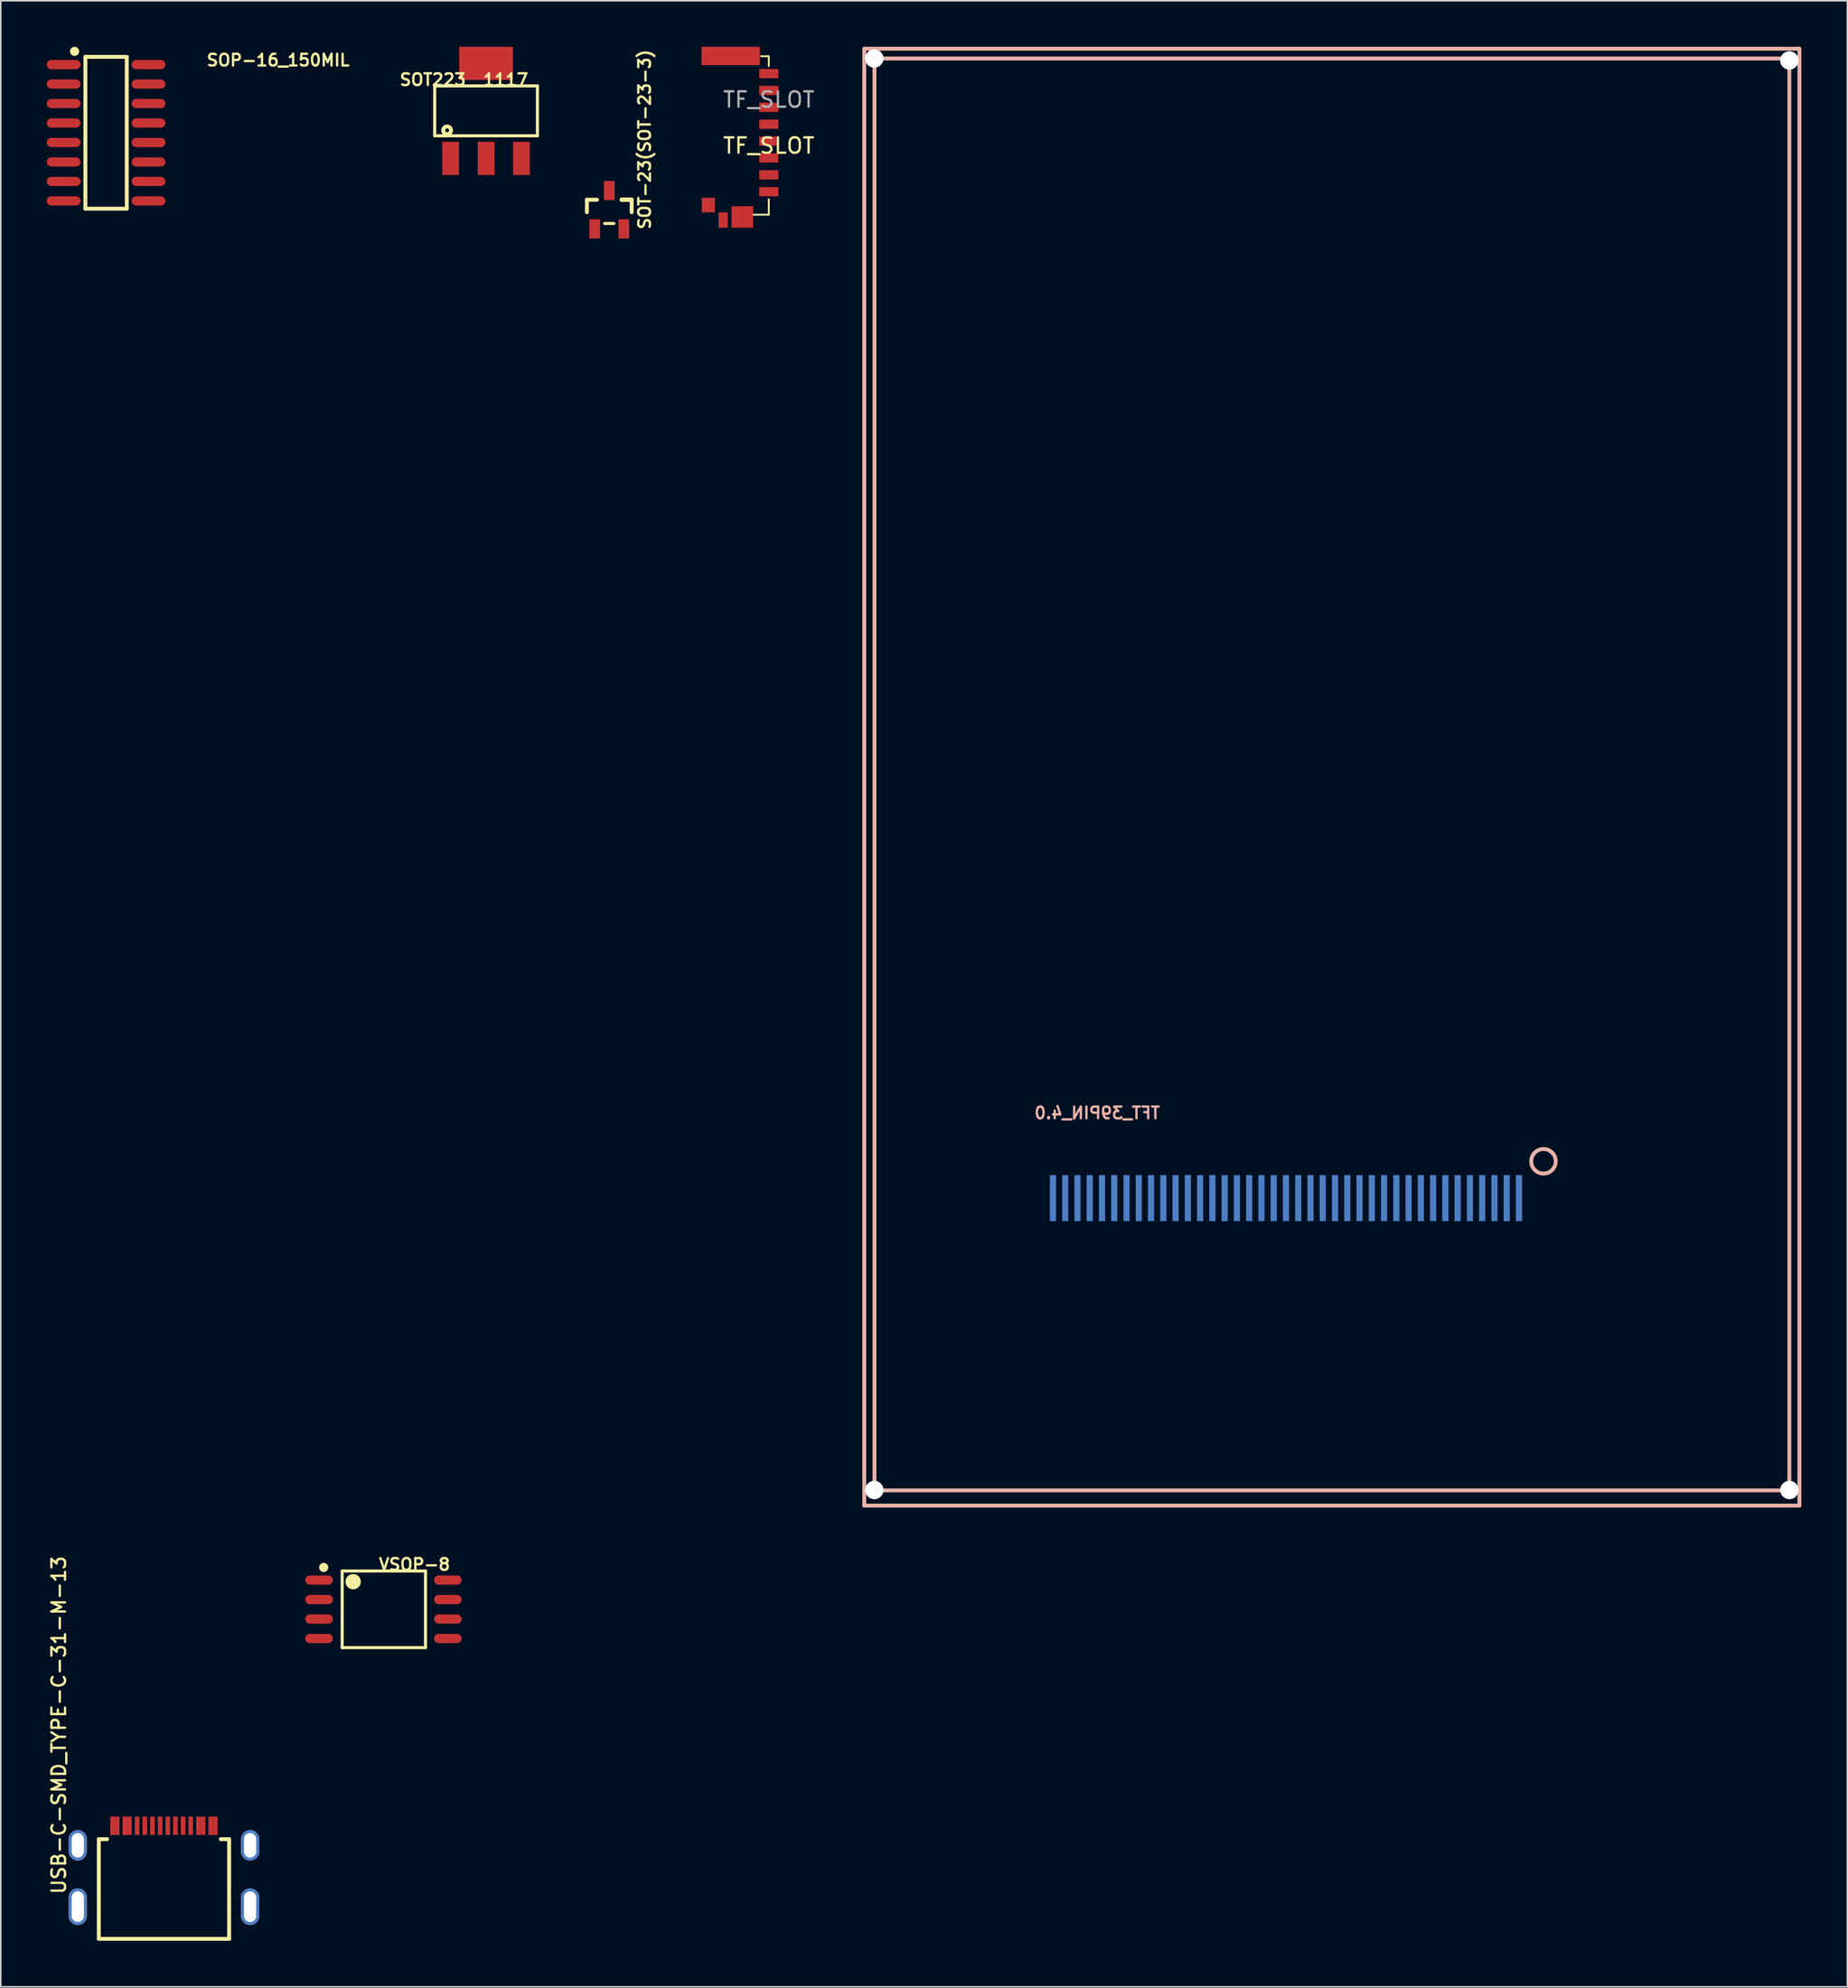
<source format=kicad_pcb>
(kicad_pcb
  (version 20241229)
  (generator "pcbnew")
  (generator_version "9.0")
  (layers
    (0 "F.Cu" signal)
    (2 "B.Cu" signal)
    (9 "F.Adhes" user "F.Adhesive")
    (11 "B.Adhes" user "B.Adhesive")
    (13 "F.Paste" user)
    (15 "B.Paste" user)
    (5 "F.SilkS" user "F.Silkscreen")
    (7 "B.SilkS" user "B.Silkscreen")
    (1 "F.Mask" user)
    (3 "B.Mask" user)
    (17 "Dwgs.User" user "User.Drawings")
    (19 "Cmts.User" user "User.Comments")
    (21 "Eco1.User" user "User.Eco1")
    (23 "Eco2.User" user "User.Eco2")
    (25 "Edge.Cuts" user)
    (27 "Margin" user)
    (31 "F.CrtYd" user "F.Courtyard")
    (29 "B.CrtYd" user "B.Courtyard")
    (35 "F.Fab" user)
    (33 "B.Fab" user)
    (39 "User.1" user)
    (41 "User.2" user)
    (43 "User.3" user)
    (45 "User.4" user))
  (footprint "SOP-16_150MIL"
    (layer "F.Cu")
    (at 3.869 5.607)
    (property "Reference" "SOP-16_150MIL" (at 6.479 -4.732 180) (layer "F.SilkS") (effects (font (size 0.762 0.762) (thickness 0.152)) (justify left)))
    (attr smd)
    (fp_line (start -1.35 -4.95) (end 1.35 -4.95) (stroke (width 0.254) (type solid)) (layer "F.SilkS"))
    (fp_line (start -1.35 4.95) (end -1.35 -4.95) (stroke (width 0.254) (type solid)) (layer "F.SilkS"))
    (fp_line (start -1.35 4.95) (end 1.35 4.95) (stroke (width 0.254) (type solid)) (layer "F.SilkS"))
    (fp_line (start 1.35 4.95) (end 1.35 -4.95) (stroke (width 0.254) (type solid)) (layer "F.SilkS"))
    (fp_arc (start -1.905 -5.306) (mid -2.205003 -5.30673) (end -1.905005 -5.308539) (stroke (width 0.3) (type solid)) (layer "F.SilkS"))
    (pad "1" smd oval (at -2.769 -4.445 90) (size 0.6 2.2) (layers "F.Cu" "F.Mask" "F.Paste"))
    (pad "2" smd oval (at -2.769 -3.175 90) (size 0.6 2.2) (layers "F.Cu" "F.Mask" "F.Paste"))
    (pad "3" smd oval (at -2.769 -1.905 90) (size 0.6 2.2) (layers "F.Cu" "F.Mask" "F.Paste"))
    (pad "4" smd oval (at -2.769 -0.635 90) (size 0.6 2.2) (layers "F.Cu" "F.Mask" "F.Paste"))
    (pad "5" smd oval (at -2.769 0.635 90) (size 0.6 2.2) (layers "F.Cu" "F.Mask" "F.Paste"))
    (pad "6" smd oval (at -2.769 1.905 90) (size 0.6 2.2) (layers "F.Cu" "F.Mask" "F.Paste"))
    (pad "7" smd oval (at -2.769 3.175 90) (size 0.6 2.2) (layers "F.Cu" "F.Mask" "F.Paste"))
    (pad "8" smd oval (at -2.769 4.445 90) (size 0.6 2.2) (layers "F.Cu" "F.Mask" "F.Paste"))
    (pad "9" smd oval (at 2.769 4.445 90) (size 0.6 2.2) (layers "F.Cu" "F.Mask" "F.Paste"))
    (pad "10" smd oval (at 2.769 3.175 90) (size 0.6 2.2) (layers "F.Cu" "F.Mask" "F.Paste"))
    (pad "11" smd oval (at 2.769 1.905 90) (size 0.6 2.2) (layers "F.Cu" "F.Mask" "F.Paste"))
    (pad "12" smd oval (at 2.769 0.635 90) (size 0.6 2.2) (layers "F.Cu" "F.Mask" "F.Paste"))
    (pad "13" smd oval (at 2.769 -0.635 90) (size 0.6 2.2) (layers "F.Cu" "F.Mask" "F.Paste"))
    (pad "14" smd oval (at 2.769 -1.905 90) (size 0.6 2.2) (layers "F.Cu" "F.Mask" "F.Paste"))
    (pad "15" smd oval (at 2.769 -3.175 90) (size 0.6 2.2) (layers "F.Cu" "F.Mask" "F.Paste"))
    (pad "16" smd oval (at 2.769 -4.445 90) (size 0.6 2.2) (layers "F.Cu" "F.Mask" "F.Paste")))
  (footprint "USB-C-SMD_TYPE-C-31-M-13"
    (layer "F.Cu")
    (at 7.645 118.641)
    (property "Reference" "USB-C-SMD_TYPE-C-31-M-13" (at -6.858 1.905 90) (layer "F.SilkS") (effects (font (size 0.889 0.889) (thickness 0.152)) (justify left)))
    (attr smd)
    (fp_line (start -4.25 -1.763) (end -3.709 -1.763) (stroke (width 0.254) (type solid)) (layer "F.SilkS"))
    (fp_line (start -4.25 4.737) (end -4.25 -1.763) (stroke (width 0.254) (type solid)) (layer "F.SilkS"))
    (fp_line (start 3.708 -1.763) (end 4.25 -1.763) (stroke (width 0.254) (type solid)) (layer "F.SilkS"))
    (fp_line (start 4.25 4.737) (end -4.25 4.737) (stroke (width 0.254) (type solid)) (layer "F.SilkS"))
    (fp_line (start 4.25 4.737) (end 4.25 -1.763) (stroke (width 0.254) (type solid)) (layer "F.SilkS"))
    (pad "0" thru_hole oval (at -5.62 -1.362) (size 1.2 2) (drill oval 0.8 1.6) (layers "*.Cu" "*.Paste" "*.Mask"))
    (pad "0" thru_hole oval (at -5.62 2.638) (size 1.2 2.4) (drill oval 0.8 2) (layers "*.Cu" "*.Paste" "*.Mask"))
    (pad "0" thru_hole oval (at 5.62 -1.362) (size 1.2 2) (drill oval 0.8 1.6) (layers "*.Cu" "*.Paste" "*.Mask"))
    (pad "0" thru_hole oval (at 5.62 2.638) (size 1.2 2.4) (drill oval 0.8 2) (layers "*.Cu" "*.Paste" "*.Mask"))
    (pad "A1" smd rect (at -3.35 -2.638) (size 0.3 1.2) (layers "F.Cu" "F.Mask" "F.Paste"))
    (pad "A4" smd rect (at -2.55 -2.638) (size 0.3 1.2) (layers "F.Cu" "F.Mask" "F.Paste"))
    (pad "A5" smd rect (at -1.25 -2.638) (size 0.3 1.2) (layers "F.Cu" "F.Mask" "F.Paste"))
    (pad "A6" smd rect (at -0.25 -2.638) (size 0.3 1.2) (layers "F.Cu" "F.Mask" "F.Paste"))
    (pad "A7" smd rect (at 0.25 -2.638) (size 0.3 1.2) (layers "F.Cu" "F.Mask" "F.Paste"))
    (pad "A8" smd rect (at 1.25 -2.638) (size 0.3 1.2) (layers "F.Cu" "F.Mask" "F.Paste"))
    (pad "A9" smd rect (at 2.55 -2.638) (size 0.3 1.2) (layers "F.Cu" "F.Mask" "F.Paste"))
    (pad "A12" smd rect (at 3.35 -2.638) (size 0.3 1.2) (layers "F.Cu" "F.Mask" "F.Paste"))
    (pad "B1" smd rect (at 3.05 -2.638) (size 0.3 1.2) (layers "F.Cu" "F.Mask" "F.Paste"))
    (pad "B4" smd rect (at 2.25 -2.638) (size 0.3 1.2) (layers "F.Cu" "F.Mask" "F.Paste"))
    (pad "B5" smd rect (at 1.75 -2.638) (size 0.3 1.2) (layers "F.Cu" "F.Mask" "F.Paste"))
    (pad "B6" smd rect (at 0.75 -2.638) (size 0.3 1.2) (layers "F.Cu" "F.Mask" "F.Paste"))
    (pad "B7" smd rect (at -0.75 -2.638) (size 0.3 1.2) (layers "F.Cu" "F.Mask" "F.Paste"))
    (pad "B8" smd rect (at -1.75 -2.638) (size 0.3 1.2) (layers "F.Cu" "F.Mask" "F.Paste"))
    (pad "B9" smd rect (at -2.25 -2.638) (size 0.3 1.2) (layers "F.Cu" "F.Mask" "F.Paste"))
    (pad "B12" smd rect (at -3.05 -2.638) (size 0.3 1.2) (layers "F.Cu" "F.Mask" "F.Paste")))
  (footprint "TFT_39PIN_4.0"
    (layer "F.Cu")
    (at 80.835 75.875)
    (property "Reference" "TFT_39PIN_4.0" (at -8.127 -6.351 0) (layer "B.SilkS") (effects (font (size 0.762 0.762) (thickness 0.152)) (justify left mirror)))
    (attr smd)
    (fp_line (start -27.507 -75.748) (end -27.507 19.252) (stroke (width 0.254) (type solid)) (layer "B.SilkS"))
    (fp_line (start -27.507 19.252) (end 33.493 19.252) (stroke (width 0.254) (type solid)) (layer "B.SilkS"))
    (fp_line (start -26.842 -75.111) (end -26.842 18.259) (stroke (width 0.254) (type solid)) (layer "B.SilkS"))
    (fp_line (start -26.842 18.259) (end 32.838 18.259) (stroke (width 0.254) (type solid)) (layer "B.SilkS"))
    (fp_line (start 32.838 -75.111) (end -26.842 -75.111) (stroke (width 0.254) (type solid)) (layer "B.SilkS"))
    (fp_line (start 32.838 18.259) (end 32.838 -75.111) (stroke (width 0.254) (type solid)) (layer "B.SilkS"))
    (fp_line (start 33.493 -75.748) (end -27.507 -75.748) (stroke (width 0.254) (type solid)) (layer "B.SilkS"))
    (fp_line (start 33.493 19.252) (end 33.493 -75.748) (stroke (width 0.254) (type solid)) (layer "B.SilkS"))
    (fp_circle (center 16.8 -3.2) (end 17.6 -3.2) (stroke (width 0.254) (type solid)) (fill no) (layer "B.SilkS"))
    (pad "" np_thru_hole circle (at -26.852 -75.111 90) (size 1.2 1.2) (drill 1.2) (layers "*.Cu" "*.Mask"))
    (pad "" np_thru_hole circle (at -26.852 18.234 90) (size 1.2 1.2) (drill 1.2) (layers "*.Cu" "*.Mask"))
    (pad "" np_thru_hole circle (at 32.838 -74.984 90) (size 1.2 1.2) (drill 1.2) (layers "*.Cu" "*.Mask"))
    (pad "" np_thru_hole circle (at 32.838 18.234 90) (size 1.2 1.2) (drill 1.2) (layers "*.Cu" "*.Mask"))
    (pad "1" smd rect (at 15.2 -0.8) (size 0.4 3) (layers "B.Cu" "B.Mask" "B.Paste"))
    (pad "2" smd rect (at 14.4 -0.8) (size 0.4 3) (layers "B.Cu" "B.Mask" "B.Paste"))
    (pad "3" smd rect (at 13.6 -0.8) (size 0.4 3) (layers "B.Cu" "B.Mask" "B.Paste"))
    (pad "4" smd rect (at 12.8 -0.8) (size 0.4 3) (layers "B.Cu" "B.Mask" "B.Paste"))
    (pad "5" smd rect (at 12 -0.8) (size 0.4 3) (layers "B.Cu" "B.Mask" "B.Paste"))
    (pad "6" smd rect (at 11.2 -0.8) (size 0.4 3) (layers "B.Cu" "B.Mask" "B.Paste"))
    (pad "7" smd rect (at 10.4 -0.8) (size 0.4 3) (layers "B.Cu" "B.Mask" "B.Paste"))
    (pad "8" smd rect (at 9.6 -0.8) (size 0.4 3) (layers "B.Cu" "B.Mask" "B.Paste"))
    (pad "9" smd rect (at 8.8 -0.8) (size 0.4 3) (layers "B.Cu" "B.Mask" "B.Paste"))
    (pad "10" smd rect (at 8 -0.8) (size 0.4 3) (layers "B.Cu" "B.Mask" "B.Paste"))
    (pad "11" smd rect (at 7.2 -0.8) (size 0.4 3) (layers "B.Cu" "B.Mask" "B.Paste"))
    (pad "12" smd rect (at 6.4 -0.8) (size 0.4 3) (layers "B.Cu" "B.Mask" "B.Paste"))
    (pad "13" smd rect (at 5.6 -0.8) (size 0.4 3) (layers "B.Cu" "B.Mask" "B.Paste"))
    (pad "14" smd rect (at 4.8 -0.8) (size 0.4 3) (layers "B.Cu" "B.Mask" "B.Paste"))
    (pad "15" smd rect (at 4 -0.8) (size 0.4 3) (layers "B.Cu" "B.Mask" "B.Paste"))
    (pad "16" smd rect (at 3.2 -0.8) (size 0.4 3) (layers "B.Cu" "B.Mask" "B.Paste"))
    (pad "17" smd rect (at 2.4 -0.8) (size 0.4 3) (layers "B.Cu" "B.Mask" "B.Paste"))
    (pad "18" smd rect (at 1.6 -0.8) (size 0.4 3) (layers "B.Cu" "B.Mask" "B.Paste"))
    (pad "19" smd rect (at 0.8 -0.8) (size 0.4 3) (layers "B.Cu" "B.Mask" "B.Paste"))
    (pad "20" smd rect (at 0 -0.8) (size 0.4 3) (layers "B.Cu" "B.Mask" "B.Paste"))
    (pad "21" smd rect (at -0.8 -0.8) (size 0.4 3) (layers "B.Cu" "B.Mask" "B.Paste"))
    (pad "22" smd rect (at -1.6 -0.8) (size 0.4 3) (layers "B.Cu" "B.Mask" "B.Paste"))
    (pad "23" smd rect (at -2.4 -0.8) (size 0.4 3) (layers "B.Cu" "B.Mask" "B.Paste"))
    (pad "24" smd rect (at -3.2 -0.8) (size 0.4 3) (layers "B.Cu" "B.Mask" "B.Paste"))
    (pad "25" smd rect (at -4 -0.8) (size 0.4 3) (layers "B.Cu" "B.Mask" "B.Paste"))
    (pad "26" smd rect (at -4.8 -0.8) (size 0.4 3) (layers "B.Cu" "B.Mask" "B.Paste"))
    (pad "27" smd rect (at -5.6 -0.8) (size 0.4 3) (layers "B.Cu" "B.Mask" "B.Paste"))
    (pad "28" smd rect (at -6.4 -0.8) (size 0.4 3) (layers "B.Cu" "B.Mask" "B.Paste"))
    (pad "29" smd rect (at -7.2 -0.8) (size 0.4 3) (layers "B.Cu" "B.Mask" "B.Paste"))
    (pad "30" smd rect (at -8 -0.8) (size 0.4 3) (layers "B.Cu" "B.Mask" "B.Paste"))
    (pad "31" smd rect (at -8.8 -0.8) (size 0.4 3) (layers "B.Cu" "B.Mask" "B.Paste"))
    (pad "32" smd rect (at -9.6 -0.8) (size 0.4 3) (layers "B.Cu" "B.Mask" "B.Paste"))
    (pad "33" smd rect (at -10.4 -0.8) (size 0.4 3) (layers "B.Cu" "B.Mask" "B.Paste"))
    (pad "34" smd rect (at -11.2 -0.8) (size 0.4 3) (layers "B.Cu" "B.Mask" "B.Paste"))
    (pad "35" smd rect (at -12 -0.8) (size 0.4 3) (layers "B.Cu" "B.Mask" "B.Paste"))
    (pad "36" smd rect (at -12.8 -0.8) (size 0.4 3) (layers "B.Cu" "B.Mask" "B.Paste"))
    (pad "37" smd rect (at -13.6 -0.8) (size 0.4 3) (layers "B.Cu" "B.Mask" "B.Paste"))
    (pad "38" smd rect (at -14.4 -0.8) (size 0.4 3) (layers "B.Cu" "B.Mask" "B.Paste"))
    (pad "39" smd rect (at -15.2 -0.8) (size 0.4 3) (layers "B.Cu" "B.Mask" "B.Paste")))
  (footprint "SOT-23(SOT-23-3)"
    (layer "F.Cu")
    (at 36.694 10.624)
    (property "Reference" "SOT-23(SOT-23-3)" (at 2.308 1.364 90) (layer "F.SilkS") (effects (font (size 0.762 0.762) (thickness 0.152)) (justify left)))
    (attr smd)
    (fp_line (start -1.46 -0.65) (end -0.8 -0.65) (stroke (width 0.254) (type solid)) (layer "F.SilkS"))
    (fp_line (start -1.46 0.165) (end -1.46 -0.65) (stroke (width 0.254) (type solid)) (layer "F.SilkS"))
    (fp_line (start -0.3 0.9) (end 0.3 0.9) (stroke (width 0.2) (type solid)) (layer "F.SilkS"))
    (fp_line (start 0.8 -0.65) (end 1.46 -0.65) (stroke (width 0.254) (type solid)) (layer "F.SilkS"))
    (fp_line (start 0.8 -0.65) (end 1.46 -0.65) (stroke (width 0.254) (type solid)) (layer "F.SilkS"))
    (fp_line (start 1.46 -0.65) (end 0.8 -0.65) (stroke (width 0.254) (type solid)) (layer "F.SilkS"))
    (fp_line (start 1.46 -0.65) (end 1.46 0.165) (stroke (width 0.254) (type solid)) (layer "F.SilkS"))
    (pad "1" smd rect (at -0.95 1.25 180) (size 0.7 1.25) (layers "F.Cu" "F.Mask" "F.Paste"))
    (pad "2" smd rect (at 0.95 1.25 180) (size 0.7 1.25) (layers "F.Cu" "F.Mask" "F.Paste"))
    (pad "3" smd rect (at 0 -1.25 180) (size 0.7 1.25) (layers "F.Cu" "F.Mask" "F.Paste")))
  (footprint "VSOP-8"
    (layer "F.Cu")
    (at 21.965 101.888)
    (property "Reference" "VSOP-8" (at -0.381 -2.921 0) (layer "F.SilkS") (effects (font (size 0.762 0.762) (thickness 0.152)) (justify left)))
    (attr smd)
    (fp_line (start -2.694 -2.5) (end -2.694 2.5) (stroke (width 0.2) (type solid)) (layer "F.SilkS"))
    (fp_line (start -2.694 2.5) (end 2.741 2.5) (stroke (width 0.2) (type solid)) (layer "F.SilkS"))
    (fp_line (start 1.998 -2.5) (end -2.694 -2.5) (stroke (width 0.2) (type solid)) (layer "F.SilkS"))
    (fp_line (start 2.741 -2.5) (end 1.998 -2.5) (stroke (width 0.2) (type solid)) (layer "F.SilkS"))
    (fp_line (start 2.741 2.5) (end 2.741 -2.5) (stroke (width 0.2) (type solid)) (layer "F.SilkS"))
    (fp_arc (start -3.75 -2.728) (mid -4.050003 -2.72873) (end -3.750005 -2.730539) (stroke (width 0.3) (type solid)) (layer "F.SilkS"))
    (fp_arc (start -1.728 -1.798) (mid -2.228018 -1.801461) (end -1.727991 -1.803079) (stroke (width 0.5) (type solid)) (layer "F.SilkS"))
    (pad "1" smd oval (at -4.2 -1.905 90) (size 0.6 1.8) (layers "F.Cu" "F.Mask" "F.Paste"))
    (pad "2" smd oval (at -4.2 -0.635 90) (size 0.6 1.8) (layers "F.Cu" "F.Mask" "F.Paste"))
    (pad "3" smd oval (at -4.2 0.635 90) (size 0.6 1.8) (layers "F.Cu" "F.Mask" "F.Paste"))
    (pad "4" smd oval (at -4.2 1.905 90) (size 0.6 1.8) (layers "F.Cu" "F.Mask" "F.Paste"))
    (pad "5" smd oval (at 4.2 1.905 90) (size 0.6 1.8) (layers "F.Cu" "F.Mask" "F.Paste"))
    (pad "6" smd oval (at 4.2 0.635 90) (size 0.6 1.8) (layers "F.Cu" "F.Mask" "F.Paste"))
    (pad "7" smd oval (at 4.2 -0.635 90) (size 0.6 1.8) (layers "F.Cu" "F.Mask" "F.Paste"))
    (pad "8" smd oval (at 4.2 -1.905 90) (size 0.6 1.8) (layers "F.Cu" "F.Mask" "F.Paste")))
  (footprint "SOT223  1117"
    (layer "F.Cu")
    (at 28.656 4.306)
    (property "Reference" "SOT223  1117" (at -5.715 -2.159 0) (layer "F.SilkS") (effects (font (size 0.762 0.762) (thickness 0.152)) (justify left)))
    (attr smd)
    (fp_line (start -3.35 -1.753) (end 3.35 -1.753) (stroke (width 0.201) (type solid)) (layer "F.SilkS"))
    (fp_line (start -3.35 1.499) (end -3.35 -1.753) (stroke (width 0.201) (type solid)) (layer "F.SilkS"))
    (fp_line (start -3.35 1.499) (end 3.35 1.499) (stroke (width 0.201) (type solid)) (layer "F.SilkS"))
    (fp_line (start 3.35 1.499) (end 3.35 -1.753) (stroke (width 0.201) (type solid)) (layer "F.SilkS"))
    (fp_circle (center -2.54 1.143) (end -2.286 1.143) (stroke (width 0.254) (type solid)) (fill no) (layer "F.SilkS"))
    (pad "1" smd rect (at -2.311 2.972) (size 1.092 2.159) (layers "F.Cu" "F.Mask" "F.Paste"))
    (pad "2" smd rect (at 0 2.972) (size 1.092 2.159) (layers "F.Cu" "F.Mask" "F.Paste"))
    (pad "3" smd rect (at 2.311 2.972) (size 1.092 2.159) (layers "F.Cu" "F.Mask" "F.Paste"))
    (pad "4" smd rect (at 0 -3.226) (size 3.505 2.159) (layers "F.Cu" "F.Mask" "F.Paste")))
  (footprint "TF_SLOT"
    (layer "F.Cu")
    (at 45.83 5.95)
    (property "Reference" "TF_SLOT" (at 1.27 0.5 0) (unlocked yes) (layer "F.SilkS") (effects (font (size 1 1) (thickness 0.15))))
    (fp_line (start 1.27 -5.334) (end 0.762 -5.334) (stroke (width 0.12) (type solid)) (layer "F.SilkS"))
    (fp_line (start 1.27 -4.699) (end 1.27 -5.334) (stroke (width 0.12) (type solid)) (layer "F.SilkS"))
    (fp_line (start 1.27 4) (end 1.27 5) (stroke (width 0.12) (type solid)) (layer "F.SilkS"))
    (fp_line (start 1.27 5) (end 0.27 5) (stroke (width 0.12) (type solid)) (layer "F.SilkS"))
    (fp_line (start 1.27 5) (end 1.27 4) (stroke (width 0.12) (type solid)) (layer "F.SilkS"))
    (fp_text user "${REFERENCE}" (at 1.27 -2.5 0) (unlocked yes) (layer "F.Fab") (effects (font (size 1 1) (thickness 0.15))))
    (pad "1" smd rect (at 1.27 3.5 90) (size 0.6 1.25) (layers "F.Cu" "F.Mask" "F.Paste" "Eco1.User"))
    (pad "2" smd rect (at 1.27 2.4 90) (size 0.6 1.25) (layers "F.Cu" "F.Mask" "F.Paste"))
    (pad "3" smd rect (at 1.27 1.3 90) (size 0.6 1.25) (layers "F.Cu" "F.Mask" "F.Paste"))
    (pad "4" smd rect (at 1.27 0.2 90) (size 0.6 1.25) (layers "F.Cu" "F.Mask" "F.Paste"))
    (pad "5" smd rect (at 1.27 -0.9 90) (size 0.6 1.25) (layers "F.Cu" "F.Mask" "F.Paste"))
    (pad "6" smd rect (at 1.27 -2 90) (size 0.6 1.25) (layers "F.Cu" "F.Mask" "F.Paste"))
    (pad "7" smd rect (at 1.27 -3.1 90) (size 0.6 1.25) (layers "F.Cu" "F.Mask" "F.Paste"))
    (pad "8" smd rect (at 1.27 -4.2 90) (size 0.6 1.25) (layers "F.Cu" "F.Mask" "F.Paste"))
    (pad "G1" smd rect (at -1.215 -5.35 90) (size 1.2 3.8) (layers "F.Cu" "F.Mask" "F.Paste"))
    (pad "G2" smd rect (at -0.455 5.15 90) (size 1.4 1.4) (layers "F.Cu" "F.Mask" "F.Paste"))
    (pad "G3" smd rect (at -1.705 5.35 90) (size 1 0.6) (layers "F.Cu" "F.Mask" "F.Paste"))
    (pad "G4" smd rect (at -2.68 4.375 90) (size 0.95 0.85) (layers "F.Cu" "F.Mask" "F.Paste")))
  (gr_rect
    (start -3 -3)
    (end 117.455 126.505)
    (stroke (width 0.1) (type default))
    (fill no)
    (layer "Edge.Cuts")))
</source>
